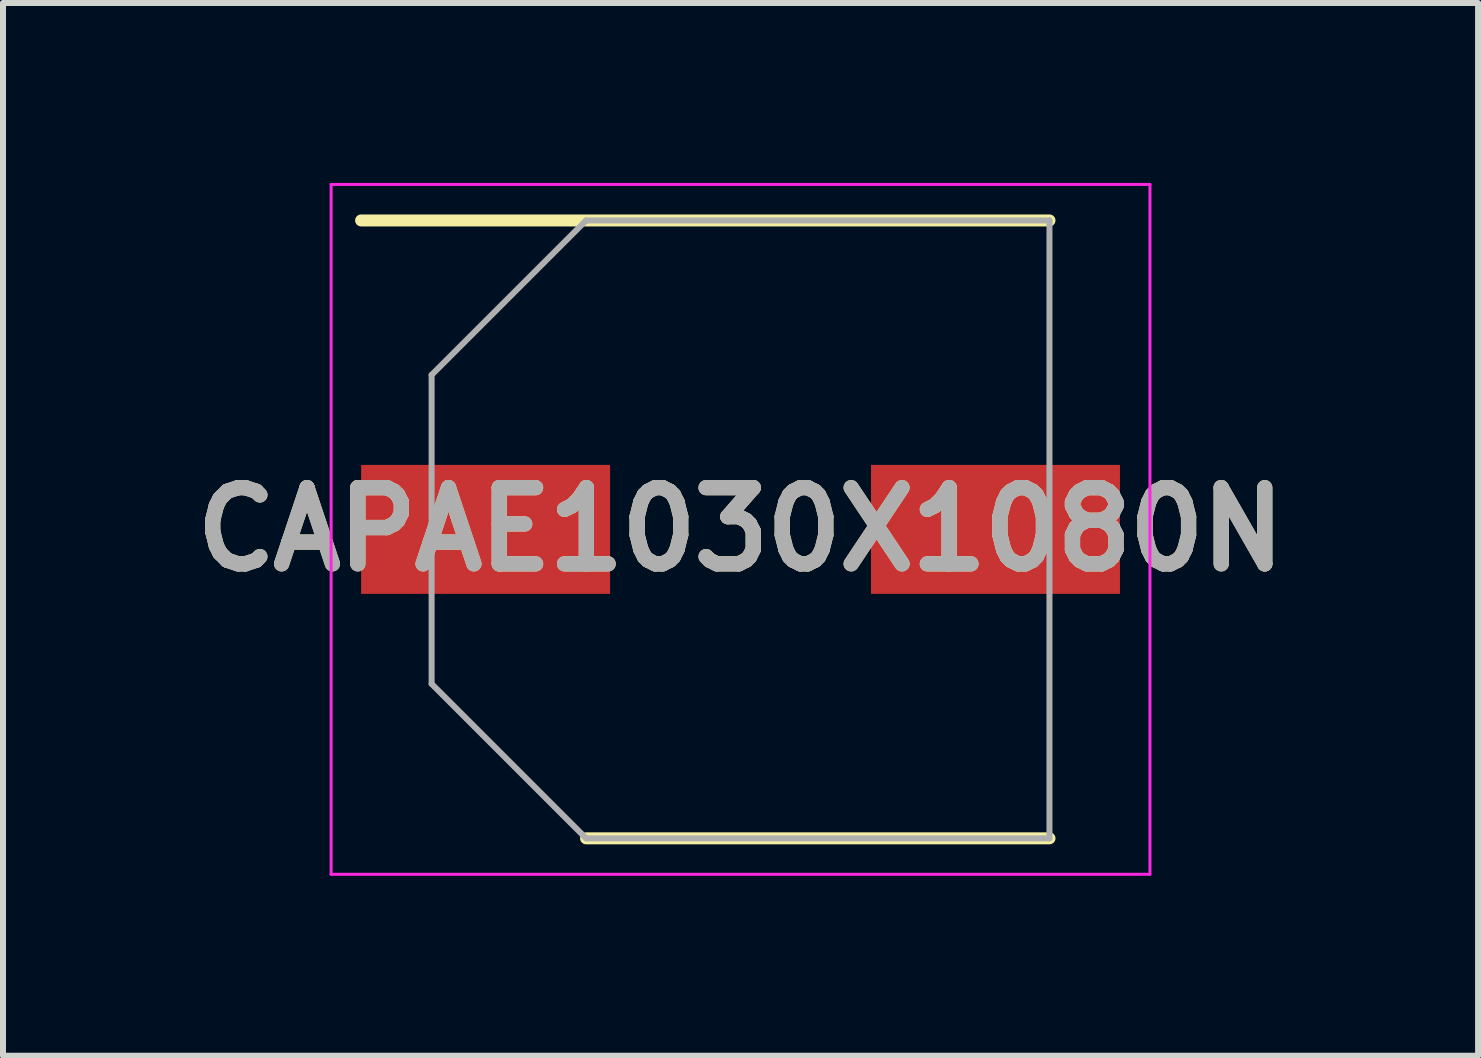
<source format=kicad_pcb>
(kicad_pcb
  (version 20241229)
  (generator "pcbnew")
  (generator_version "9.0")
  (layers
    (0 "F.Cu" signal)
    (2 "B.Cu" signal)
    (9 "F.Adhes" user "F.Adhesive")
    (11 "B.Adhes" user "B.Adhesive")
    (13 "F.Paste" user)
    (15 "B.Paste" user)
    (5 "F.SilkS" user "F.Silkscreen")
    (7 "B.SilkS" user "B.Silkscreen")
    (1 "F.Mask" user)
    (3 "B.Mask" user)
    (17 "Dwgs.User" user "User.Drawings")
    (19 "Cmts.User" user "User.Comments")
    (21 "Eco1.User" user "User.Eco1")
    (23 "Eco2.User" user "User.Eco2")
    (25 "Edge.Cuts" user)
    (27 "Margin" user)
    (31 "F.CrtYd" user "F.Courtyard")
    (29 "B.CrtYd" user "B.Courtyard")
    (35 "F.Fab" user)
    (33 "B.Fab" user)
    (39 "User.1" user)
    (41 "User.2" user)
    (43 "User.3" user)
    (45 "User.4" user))
  (footprint "CAPAE1030X1080N"
    (layer "F.Cu")
    (at 9.295 5.775)
    (property "Reference" "CAPAE1030X1080N" (at 0 0 0) (layer "F.SilkS") (effects (font (size 1.27 1.27) (thickness 0.254))))
    (attr smd)
    (fp_line (start -6.325 -5.15) (end 5.15 -5.15) (stroke (width 0.2) (type solid)) (layer "F.SilkS"))
    (fp_line (start -2.575 5.15) (end 5.15 5.15) (stroke (width 0.2) (type solid)) (layer "F.SilkS"))
    (fp_line (start -6.825 -5.75) (end 6.825 -5.75) (stroke (width 0.05) (type solid)) (layer "F.CrtYd"))
    (fp_line (start -6.825 5.75) (end -6.825 -5.75) (stroke (width 0.05) (type solid)) (layer "F.CrtYd"))
    (fp_line (start 6.825 -5.75) (end 6.825 5.75) (stroke (width 0.05) (type solid)) (layer "F.CrtYd"))
    (fp_line (start 6.825 5.75) (end -6.825 5.75) (stroke (width 0.05) (type solid)) (layer "F.CrtYd"))
    (fp_line (start -5.15 -2.575) (end -5.15 2.575) (stroke (width 0.1) (type solid)) (layer "F.Fab"))
    (fp_line (start -5.15 2.575) (end -2.575 5.15) (stroke (width 0.1) (type solid)) (layer "F.Fab"))
    (fp_line (start -2.575 -5.15) (end -5.15 -2.575) (stroke (width 0.1) (type solid)) (layer "F.Fab"))
    (fp_line (start -2.575 5.15) (end 5.15 5.15) (stroke (width 0.1) (type solid)) (layer "F.Fab"))
    (fp_line (start 5.15 -5.15) (end -2.575 -5.15) (stroke (width 0.1) (type solid)) (layer "F.Fab"))
    (fp_line (start 5.15 5.15) (end 5.15 -5.15) (stroke (width 0.1) (type solid)) (layer "F.Fab"))
    (fp_text user "${REFERENCE}" (at 0 0 0) (layer "F.Fab") (effects (font (size 1.27 1.27) (thickness 0.254))))
    (pad "1" smd rect (at -4.25 0 90) (size 2.15 4.15) (layers "F.Cu" "F.Mask" "F.Paste"))
    (pad "2" smd rect (at 4.25 0 90) (size 2.15 4.15) (layers "F.Cu" "F.Mask" "F.Paste")))
  (gr_rect
    (start -3 -3)
    (end 21.59 14.55)
    (stroke (width 0.1) (type default))
    (fill no)
    (layer "Edge.Cuts")))
</source>
